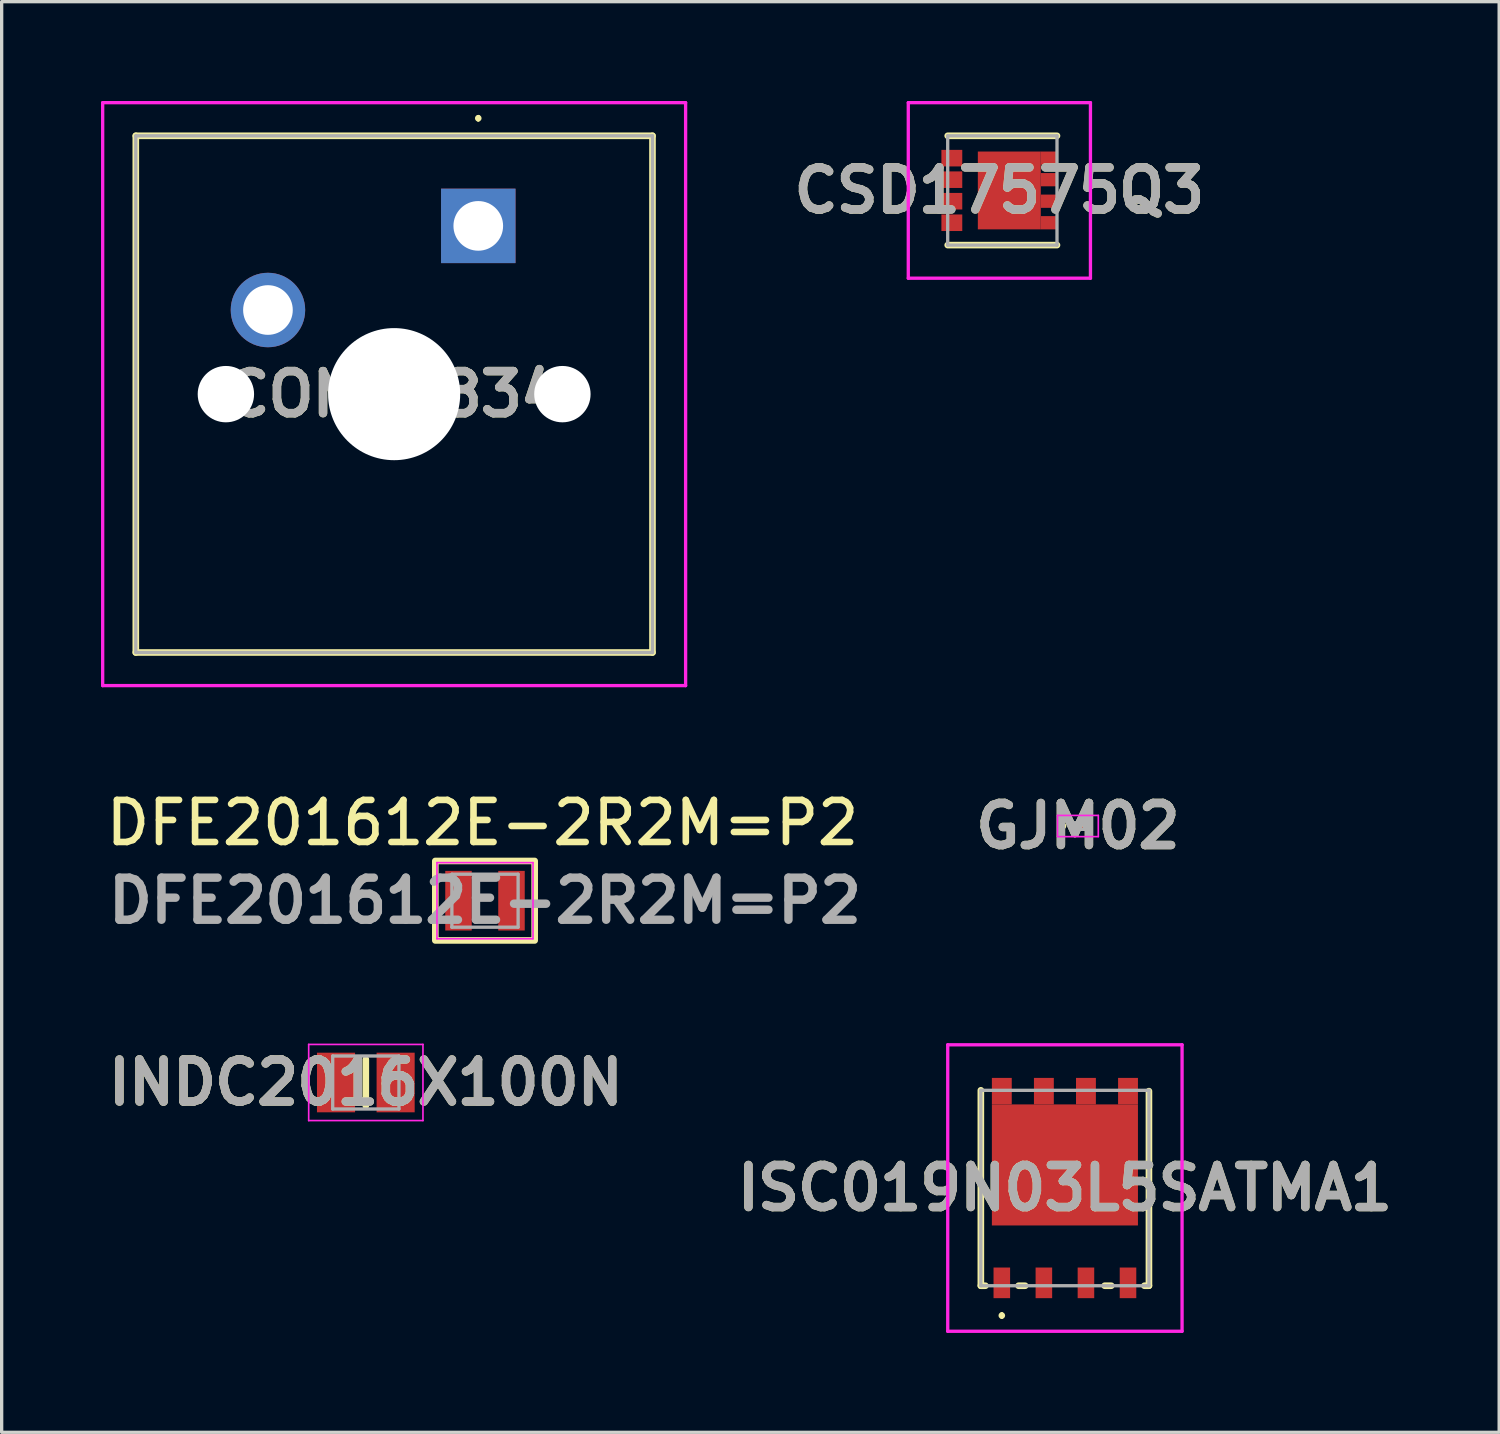
<source format=kicad_pcb>
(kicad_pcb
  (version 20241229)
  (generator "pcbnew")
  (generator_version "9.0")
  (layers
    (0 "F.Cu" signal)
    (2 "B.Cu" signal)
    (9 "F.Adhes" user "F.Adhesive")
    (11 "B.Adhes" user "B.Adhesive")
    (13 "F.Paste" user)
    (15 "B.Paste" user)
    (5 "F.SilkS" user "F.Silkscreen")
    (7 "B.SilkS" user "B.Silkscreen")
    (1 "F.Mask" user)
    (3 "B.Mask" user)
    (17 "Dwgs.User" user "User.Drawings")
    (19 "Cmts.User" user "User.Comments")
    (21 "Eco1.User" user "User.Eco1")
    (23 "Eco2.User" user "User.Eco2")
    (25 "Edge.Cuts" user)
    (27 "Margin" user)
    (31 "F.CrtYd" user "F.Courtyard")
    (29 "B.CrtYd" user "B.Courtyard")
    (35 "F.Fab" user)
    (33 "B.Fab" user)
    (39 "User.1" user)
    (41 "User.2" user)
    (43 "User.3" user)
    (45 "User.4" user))
  (footprint "ISC019N03L5SATMA1"
    (layer "F.Cu")
    (at 29.102 32.819)
    (property "Reference" "ISC019N03L5SATMA1" (at 0 0 0) (layer "F.SilkS") (effects (font (size 1.27 1.27) (thickness 0.254))))
    (attr smd)
    (fp_line (start -2.538 -2.95) (end -2.538 2.95) (stroke (width 0.2) (type solid)) (layer "F.SilkS"))
    (fp_line (start -2.538 2.95) (end -2.4 2.95) (stroke (width 0.2) (type solid)) (layer "F.SilkS"))
    (fp_line (start -1.905 3.8) (end -1.905 3.8) (stroke (width 0.1) (type solid)) (layer "F.SilkS"))
    (fp_line (start -1.905 3.9) (end -1.905 3.9) (stroke (width 0.1) (type solid)) (layer "F.SilkS"))
    (fp_line (start -1.4 2.95) (end -1.2 2.95) (stroke (width 0.2) (type solid)) (layer "F.SilkS"))
    (fp_line (start 1.2 2.95) (end 1.4 2.95) (stroke (width 0.2) (type solid)) (layer "F.SilkS"))
    (fp_line (start 2.4 2.95) (end 2.537 2.95) (stroke (width 0.2) (type solid)) (layer "F.SilkS"))
    (fp_line (start 2.537 2.95) (end 2.537 -2.925) (stroke (width 0.2) (type solid)) (layer "F.SilkS"))
    (fp_arc (start -1.905 3.8) (mid -1.855 3.85) (end -1.905 3.9) (stroke (width 0.1) (type solid)) (layer "F.SilkS"))
    (fp_arc (start -1.905 3.9) (mid -1.955 3.85) (end -1.905 3.8) (stroke (width 0.1) (type solid)) (layer "F.SilkS"))
    (fp_line (start -3.538 -4.325) (end 3.537 -4.325) (stroke (width 0.1) (type solid)) (layer "F.CrtYd"))
    (fp_line (start -3.538 4.325) (end -3.538 -4.325) (stroke (width 0.1) (type solid)) (layer "F.CrtYd"))
    (fp_line (start 3.537 -4.325) (end 3.537 4.325) (stroke (width 0.1) (type solid)) (layer "F.CrtYd"))
    (fp_line (start 3.537 4.325) (end -3.538 4.325) (stroke (width 0.1) (type solid)) (layer "F.CrtYd"))
    (fp_line (start -2.538 -2.95) (end -2.538 2.95) (stroke (width 0.1) (type solid)) (layer "F.Fab"))
    (fp_line (start -2.538 2.95) (end 2.537 2.95) (stroke (width 0.1) (type solid)) (layer "F.Fab"))
    (fp_line (start 2.537 -2.95) (end -2.538 -2.95) (stroke (width 0.1) (type solid)) (layer "F.Fab"))
    (fp_line (start 2.537 2.95) (end 2.537 -2.95) (stroke (width 0.1) (type solid)) (layer "F.Fab"))
    (fp_text user "${REFERENCE}" (at 0 0 0) (layer "F.Fab") (effects (font (size 1.27 1.27) (thickness 0.254))))
    (pad "1" smd rect (at -1.905 2.863) (size 0.5 0.925) (layers "F.Cu" "F.Mask" "F.Paste"))
    (pad "2" smd rect (at -0.635 2.863) (size 0.5 0.925) (layers "F.Cu" "F.Mask" "F.Paste"))
    (pad "3" smd rect (at 0.635 2.863) (size 0.5 0.925) (layers "F.Cu" "F.Mask" "F.Paste"))
    (pad "4" smd rect (at 1.905 2.863) (size 0.5 0.925) (layers "F.Cu" "F.Mask" "F.Paste"))
    (pad "5" smd rect (at 1.905 -2.925) (size 0.6 0.8) (layers "F.Cu" "F.Mask" "F.Paste"))
    (pad "6" smd rect (at 0.635 -2.925) (size 0.6 0.8) (layers "F.Cu" "F.Mask" "F.Paste"))
    (pad "7" smd rect (at -0.635 -2.925) (size 0.6 0.8) (layers "F.Cu" "F.Mask" "F.Paste"))
    (pad "8" smd rect (at -1.905 -2.925) (size 0.6 0.8) (layers "F.Cu" "F.Mask" "F.Paste"))
    (pad "9" smd rect (at 0 -0.697 90) (size 3.655 4.41) (layers "F.Cu" "F.Mask" "F.Paste")))
  (footprint "GJM02"
    (layer "F.Cu")
    (at 29.495 21.889)
    (property "Reference" "GJM02" (at 0 0 0) (layer "F.SilkS") (effects (font (size 1.27 1.27) (thickness 0.254))))
    (attr smd)
    (fp_line (start -0.45 -0.05) (end -0.45 -0.05) (stroke (width 0.1) (type solid)) (layer "F.SilkS"))
    (fp_line (start -0.45 0.05) (end -0.45 0.05) (stroke (width 0.1) (type solid)) (layer "F.SilkS"))
    (fp_arc (start -0.45 -0.05) (mid -0.4 0) (end -0.45 0.05) (stroke (width 0.1) (type solid)) (layer "F.SilkS"))
    (fp_arc (start -0.45 0.05) (mid -0.5 0) (end -0.45 -0.05) (stroke (width 0.1) (type solid)) (layer "F.SilkS"))
    (fp_line (start -0.615 -0.32) (end 0.615 -0.32) (stroke (width 0.05) (type solid)) (layer "F.CrtYd"))
    (fp_line (start -0.615 0.32) (end -0.615 -0.32) (stroke (width 0.05) (type solid)) (layer "F.CrtYd"))
    (fp_line (start 0.615 -0.32) (end 0.615 0.32) (stroke (width 0.05) (type solid)) (layer "F.CrtYd"))
    (fp_line (start 0.615 0.32) (end -0.615 0.32) (stroke (width 0.05) (type solid)) (layer "F.CrtYd"))
    (fp_line (start -0.2 -0.1) (end 0.2 -0.1) (stroke (width 0.1) (type solid)) (layer "F.Fab"))
    (fp_line (start -0.2 0.1) (end -0.2 -0.1) (stroke (width 0.1) (type solid)) (layer "F.Fab"))
    (fp_line (start 0.2 -0.1) (end 0.2 0.1) (stroke (width 0.1) (type solid)) (layer "F.Fab"))
    (fp_line (start 0.2 0.1) (end -0.2 0.1) (stroke (width 0.1) (type solid)) (layer "F.Fab"))
    (fp_text user "${REFERENCE}" (at 0 0 0) (layer "F.Fab") (effects (font (size 1.27 1.27) (thickness 0.254))))
    (pad "1" smd rect (at -0.165 0) (size 0.15 0.215) (layers "F.Cu" "F.Mask" "F.Paste"))
    (pad "2" smd rect (at 0.165 0) (size 0.15 0.215) (layers "F.Cu" "F.Mask" "F.Paste")))
  (footprint "COM13834"
    (layer "F.Cu")
    (at 11.39 3.77)
    (property "Reference" "COM13834" (at -2.54 5.08 0) (layer "F.SilkS") (effects (font (size 1.27 1.27) (thickness 0.254))))
    (attr through_hole)
    (fp_line (start -10.34 -2.72) (end 5.26 -2.72) (stroke (width 0.2) (type solid)) (layer "F.SilkS"))
    (fp_line (start -10.34 12.88) (end -10.34 -2.72) (stroke (width 0.2) (type solid)) (layer "F.SilkS"))
    (fp_line (start 0 -3.3) (end 0 -3.3) (stroke (width 0.1) (type solid)) (layer "F.SilkS"))
    (fp_line (start 0 -3.2) (end 0 -3.2) (stroke (width 0.1) (type solid)) (layer "F.SilkS"))
    (fp_line (start 5.26 -2.72) (end 5.26 12.88) (stroke (width 0.2) (type solid)) (layer "F.SilkS"))
    (fp_line (start 5.26 12.88) (end -10.34 12.88) (stroke (width 0.2) (type solid)) (layer "F.SilkS"))
    (fp_arc (start 0 -3.3) (mid 0.05 -3.25) (end 0 -3.2) (stroke (width 0.1) (type solid)) (layer "F.SilkS"))
    (fp_arc (start 0 -3.2) (mid -0.05 -3.25) (end 0 -3.3) (stroke (width 0.1) (type solid)) (layer "F.SilkS"))
    (fp_line (start -11.34 -3.72) (end 6.26 -3.72) (stroke (width 0.1) (type solid)) (layer "F.CrtYd"))
    (fp_line (start -11.34 13.88) (end -11.34 -3.72) (stroke (width 0.1) (type solid)) (layer "F.CrtYd"))
    (fp_line (start 6.26 -3.72) (end 6.26 13.88) (stroke (width 0.1) (type solid)) (layer "F.CrtYd"))
    (fp_line (start 6.26 13.88) (end -11.34 13.88) (stroke (width 0.1) (type solid)) (layer "F.CrtYd"))
    (fp_line (start -10.34 -2.72) (end 5.26 -2.72) (stroke (width 0.1) (type solid)) (layer "F.Fab"))
    (fp_line (start -10.34 12.88) (end -10.34 -2.72) (stroke (width 0.1) (type solid)) (layer "F.Fab"))
    (fp_line (start 5.26 -2.72) (end 5.26 12.88) (stroke (width 0.1) (type solid)) (layer "F.Fab"))
    (fp_line (start 5.26 12.88) (end -10.34 12.88) (stroke (width 0.1) (type solid)) (layer "F.Fab"))
    (fp_text user "${REFERENCE}" (at -2.54 5.08 0) (layer "F.Fab") (effects (font (size 1.27 1.27) (thickness 0.254))))
    (pad "" np_thru_hole circle (at -7.62 5.08) (size 1.702 1.702) (drill 1.702) (layers "*.Cu" "*.Mask"))
    (pad "" np_thru_hole circle (at -2.54 5.08) (size 3.988 3.988) (drill 3.988) (layers "*.Cu" "*.Mask"))
    (pad "" np_thru_hole circle (at 2.54 5.08) (size 1.702 1.702) (drill 1.702) (layers "*.Cu" "*.Mask"))
    (pad "1" thru_hole rect (at 0 0) (size 2.248 2.248) (drill 1.499) (layers "*.Cu" "*.Mask"))
    (pad "2" thru_hole circle (at -6.35 2.54) (size 2.248 2.248) (drill 1.499) (layers "*.Cu" "*.Mask")))
  (footprint "DFE201612E-2R2M=P2"
    (layer "F.Cu")
    (at 11.593 24.144)
    (property "Reference" "DFE201612E-2R2M=P2" (at -0.075 -2.35 0) (layer "F.SilkS") (effects (font (size 1.27 1.27) (thickness 0.2))))
    (attr smd)
    (fp_rect (start -1.5 -1.2) (end 1.5 1.2) (stroke (width 0.2) (type default)) (fill no) (layer "F.SilkS"))
    (fp_line (start -1.45 -1.15) (end 1.45 -1.15) (stroke (width 0.05) (type solid)) (layer "F.CrtYd"))
    (fp_line (start -1.45 1.15) (end -1.45 -1.15) (stroke (width 0.05) (type solid)) (layer "F.CrtYd"))
    (fp_line (start 1.45 -1.15) (end 1.45 1.15) (stroke (width 0.05) (type solid)) (layer "F.CrtYd"))
    (fp_line (start 1.45 1.15) (end -1.45 1.15) (stroke (width 0.05) (type solid)) (layer "F.CrtYd"))
    (fp_line (start -1 -0.8) (end 1 -0.8) (stroke (width 0.1) (type solid)) (layer "F.Fab"))
    (fp_line (start -1 0.8) (end -1 -0.8) (stroke (width 0.1) (type solid)) (layer "F.Fab"))
    (fp_line (start 1 -0.8) (end 1 0.8) (stroke (width 0.1) (type solid)) (layer "F.Fab"))
    (fp_line (start 1 0.8) (end -1 0.8) (stroke (width 0.1) (type solid)) (layer "F.Fab"))
    (fp_text user "${REFERENCE}" (at 0 0 0) (layer "F.Fab") (effects (font (size 1.27 1.27) (thickness 0.254))))
    (pad "1" smd rect (at -0.8 0) (size 0.8 1.8) (layers "F.Cu" "F.Mask" "F.Paste"))
    (pad "2" smd rect (at 0.8 0) (size 0.8 1.8) (layers "F.Cu" "F.Mask" "F.Paste")))
  (footprint "CSD17575Q3"
    (layer "F.Cu")
    (at 27.213 2.7)
    (property "Reference" "CSD17575Q3" (at -0.09 0 0) (layer "F.SilkS") (effects (font (size 1.27 1.27) (thickness 0.254))))
    (attr smd)
    (fp_line (start -1.65 -1.65) (end 1.65 -1.65) (stroke (width 0.2) (type solid)) (layer "F.SilkS"))
    (fp_line (start -1.65 1.65) (end 1.65 1.65) (stroke (width 0.2) (type solid)) (layer "F.SilkS"))
    (fp_line (start -2.84 -2.65) (end 2.66 -2.65) (stroke (width 0.1) (type solid)) (layer "F.CrtYd"))
    (fp_line (start -2.84 2.65) (end -2.84 -2.65) (stroke (width 0.1) (type solid)) (layer "F.CrtYd"))
    (fp_line (start 2.66 -2.65) (end 2.66 2.65) (stroke (width 0.1) (type solid)) (layer "F.CrtYd"))
    (fp_line (start 2.66 2.65) (end -2.84 2.65) (stroke (width 0.1) (type solid)) (layer "F.CrtYd"))
    (fp_line (start -1.65 -1.65) (end 1.65 -1.65) (stroke (width 0.1) (type solid)) (layer "F.Fab"))
    (fp_line (start -1.65 1.65) (end -1.65 -1.65) (stroke (width 0.1) (type solid)) (layer "F.Fab"))
    (fp_line (start 1.65 -1.65) (end 1.65 1.65) (stroke (width 0.1) (type solid)) (layer "F.Fab"))
    (fp_line (start 1.65 1.65) (end -1.65 1.65) (stroke (width 0.1) (type solid)) (layer "F.Fab"))
    (fp_text user "${REFERENCE}" (at -0.09 0 0) (layer "F.Fab") (effects (font (size 1.27 1.27) (thickness 0.254))))
    (pad "1" smd rect (at -1.525 -0.975 90) (size 0.5 0.63) (layers "F.Cu" "F.Mask" "F.Paste"))
    (pad "2" smd rect (at -1.525 -0.325 90) (size 0.5 0.63) (layers "F.Cu" "F.Mask" "F.Paste"))
    (pad "3" smd rect (at -1.525 0.325 90) (size 0.5 0.63) (layers "F.Cu" "F.Mask" "F.Paste"))
    (pad "4" smd rect (at -1.525 0.975 90) (size 0.5 0.63) (layers "F.Cu" "F.Mask" "F.Paste"))
    (pad "5" smd rect (at 1.41 0.975 90) (size 0.4 0.5) (layers "F.Cu" "F.Mask" "F.Paste"))
    (pad "6" smd rect (at 1.41 0.325 90) (size 0.4 0.5) (layers "F.Cu" "F.Mask" "F.Paste"))
    (pad "7" smd rect (at 1.41 -0.325 90) (size 0.4 0.5) (layers "F.Cu" "F.Mask" "F.Paste"))
    (pad "8" smd rect (at 1.41 -0.975 90) (size 0.4 0.5) (layers "F.Cu" "F.Mask" "F.Paste"))
    (pad "9" smd rect (at 0.21 0) (size 1.9 2.35) (layers "F.Cu" "F.Mask" "F.Paste")))
  (footprint "INDC2016X100N"
    (layer "F.Cu")
    (at 7.995 29.633)
    (property "Reference" "INDC2016X100N" (at 0 0 0) (layer "F.SilkS") (effects (font (size 1.27 1.27) (thickness 0.254))))
    (attr smd)
    (fp_line (start 0 -0.7) (end 0 0.7) (stroke (width 0.2) (type solid)) (layer "F.SilkS"))
    (fp_line (start -1.725 -1.15) (end 1.725 -1.15) (stroke (width 0.05) (type solid)) (layer "F.CrtYd"))
    (fp_line (start -1.725 1.15) (end -1.725 -1.15) (stroke (width 0.05) (type solid)) (layer "F.CrtYd"))
    (fp_line (start 1.725 -1.15) (end 1.725 1.15) (stroke (width 0.05) (type solid)) (layer "F.CrtYd"))
    (fp_line (start 1.725 1.15) (end -1.725 1.15) (stroke (width 0.05) (type solid)) (layer "F.CrtYd"))
    (fp_line (start -1 -0.8) (end 1 -0.8) (stroke (width 0.1) (type solid)) (layer "F.Fab"))
    (fp_line (start -1 0.8) (end -1 -0.8) (stroke (width 0.1) (type solid)) (layer "F.Fab"))
    (fp_line (start 1 -0.8) (end 1 0.8) (stroke (width 0.1) (type solid)) (layer "F.Fab"))
    (fp_line (start 1 0.8) (end -1 0.8) (stroke (width 0.1) (type solid)) (layer "F.Fab"))
    (fp_text user "${REFERENCE}" (at 0 0 0) (layer "F.Fab") (effects (font (size 1.27 1.27) (thickness 0.254))))
    (pad "1" smd rect (at -0.9 0) (size 1.15 1.8) (layers "F.Cu" "F.Mask" "F.Paste"))
    (pad "2" smd rect (at 0.9 0) (size 1.15 1.8) (layers "F.Cu" "F.Mask" "F.Paste")))
  (gr_rect
    (start -3 -3)
    (end 42.213 40.194)
    (stroke (width 0.1) (type default))
    (fill no)
    (layer "Edge.Cuts")))
</source>
